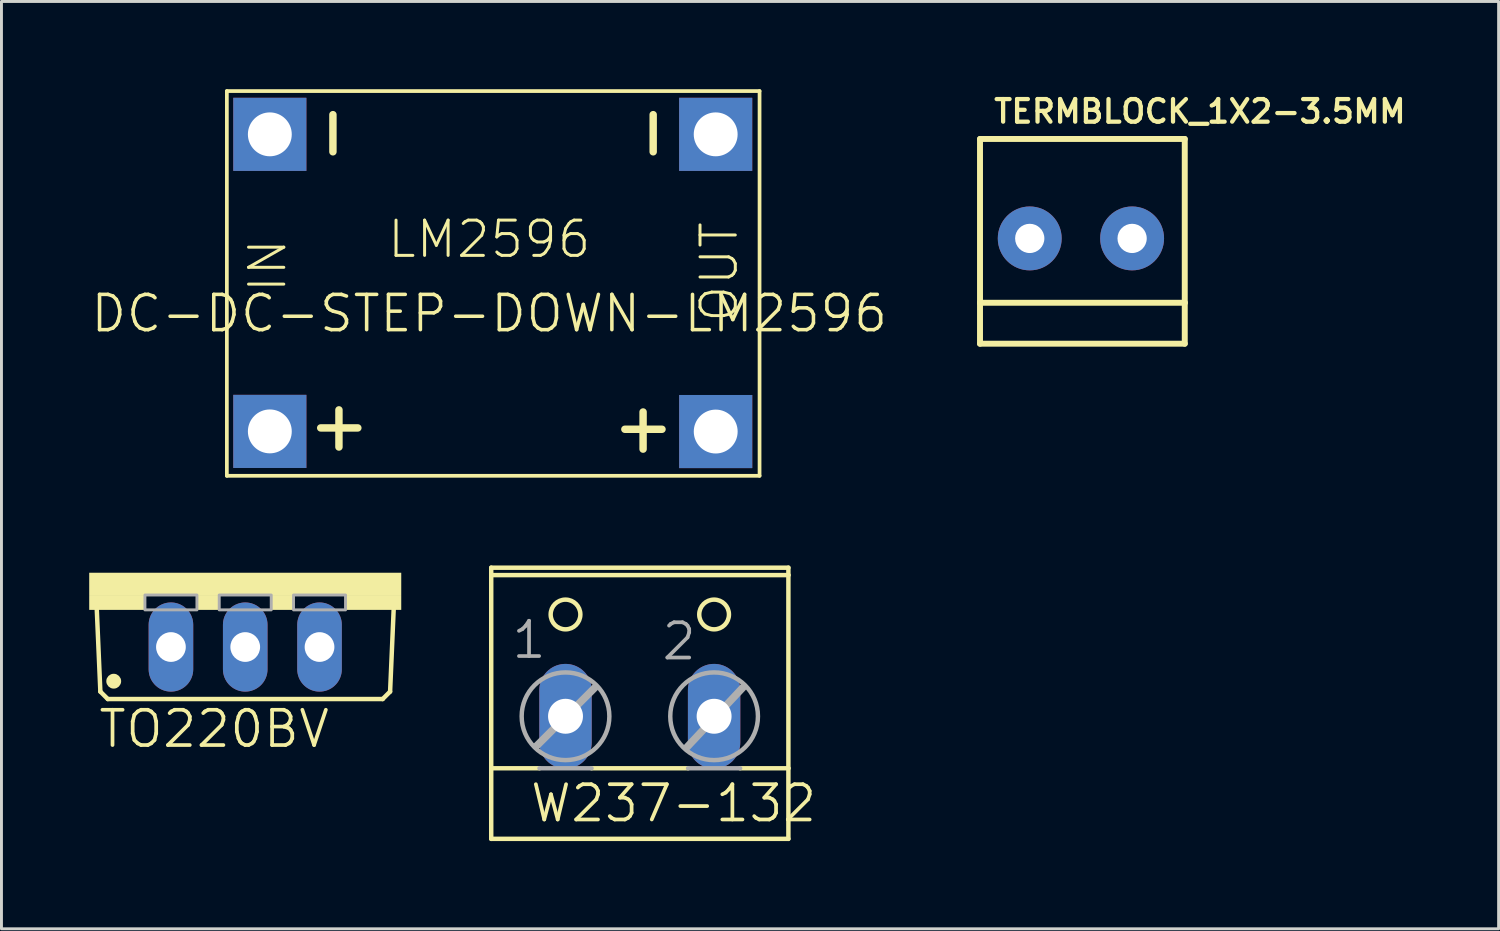
<source format=kicad_pcb>
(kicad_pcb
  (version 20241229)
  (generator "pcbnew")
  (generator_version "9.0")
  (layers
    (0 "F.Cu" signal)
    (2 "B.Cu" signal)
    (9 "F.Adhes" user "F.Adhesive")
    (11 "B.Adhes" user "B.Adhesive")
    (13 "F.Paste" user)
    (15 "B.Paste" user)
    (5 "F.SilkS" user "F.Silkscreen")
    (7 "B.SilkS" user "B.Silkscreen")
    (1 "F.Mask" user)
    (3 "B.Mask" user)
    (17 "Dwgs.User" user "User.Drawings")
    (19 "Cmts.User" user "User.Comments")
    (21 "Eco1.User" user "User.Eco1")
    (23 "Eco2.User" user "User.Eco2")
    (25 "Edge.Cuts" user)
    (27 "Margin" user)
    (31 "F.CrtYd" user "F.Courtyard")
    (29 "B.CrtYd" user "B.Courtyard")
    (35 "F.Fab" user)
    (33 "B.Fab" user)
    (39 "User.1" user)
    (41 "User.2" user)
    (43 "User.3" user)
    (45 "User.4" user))
  (footprint "TERMBLOCK_1X2-3.5MM"
    (layer "F.Cu")
    (at 33.855 5.101)
    (property "Reference" "TERMBLOCK_1X2-3.5MM" (at -3 -3.89 0) (layer "F.SilkS") (effects (font (size 0.772 0.772) (thickness 0.146)) (justify left bottom)))
    (attr through_hole)
    (fp_line (start -3.4 -3.4) (end -3.4 2.2) (stroke (width 0.203) (type solid)) (layer "F.SilkS"))
    (fp_line (start -3.4 2.2) (end -3.4 3.6) (stroke (width 0.203) (type solid)) (layer "F.SilkS"))
    (fp_line (start -3.4 2.2) (end 3.6 2.2) (stroke (width 0.203) (type solid)) (layer "F.SilkS"))
    (fp_line (start -3.4 3.6) (end 3.6 3.6) (stroke (width 0.203) (type solid)) (layer "F.SilkS"))
    (fp_line (start 3.6 -3.4) (end -3.4 -3.4) (stroke (width 0.203) (type solid)) (layer "F.SilkS"))
    (fp_line (start 3.6 2.2) (end 3.6 -3.4) (stroke (width 0.203) (type solid)) (layer "F.SilkS"))
    (fp_line (start 3.6 3.6) (end 3.6 2.2) (stroke (width 0.203) (type solid)) (layer "F.SilkS"))
    (pad "1" thru_hole circle (at 1.8 0) (size 2.184 2.184) (drill 1) (layers "*.Cu" "*.Mask"))
    (pad "2" thru_hole circle (at -1.7 0) (size 2.184 2.184) (drill 1) (layers "*.Cu" "*.Mask")))
  (footprint "W237-132"
    (layer "F.Cu")
    (at 18.824 20.803)
    (property "Reference" "W237-132" (at -3.81 4.318 0) (layer "F.SilkS") (effects (font (size 1.206 1.206) (thickness 0.127)) (justify left bottom)))
    (attr through_hole)
    (fp_line (start -5.08 -4.445) (end 5.08 -4.445) (stroke (width 0.152) (type solid)) (layer "F.SilkS"))
    (fp_line (start -5.08 -4.191) (end -5.08 -4.445) (stroke (width 0.152) (type solid)) (layer "F.SilkS"))
    (fp_line (start -5.08 -4.191) (end -5.08 2.413) (stroke (width 0.152) (type solid)) (layer "F.SilkS"))
    (fp_line (start -5.08 -4.191) (end 5.08 -4.191) (stroke (width 0.152) (type solid)) (layer "F.SilkS"))
    (fp_line (start -5.08 2.413) (end -5.08 4.826) (stroke (width 0.152) (type solid)) (layer "F.SilkS"))
    (fp_line (start -5.08 2.413) (end -3.429 2.413) (stroke (width 0.152) (type solid)) (layer "F.SilkS"))
    (fp_line (start -1.651 2.413) (end 1.651 2.413) (stroke (width 0.152) (type solid)) (layer "F.SilkS"))
    (fp_line (start 3.429 2.413) (end 5.08 2.413) (stroke (width 0.152) (type solid)) (layer "F.SilkS"))
    (fp_line (start 5.08 -4.191) (end 5.08 -4.445) (stroke (width 0.152) (type solid)) (layer "F.SilkS"))
    (fp_line (start 5.08 2.413) (end 5.08 -4.191) (stroke (width 0.152) (type solid)) (layer "F.SilkS"))
    (fp_line (start 5.08 4.826) (end -5.08 4.826) (stroke (width 0.152) (type solid)) (layer "F.SilkS"))
    (fp_line (start 5.08 4.826) (end 5.08 2.413) (stroke (width 0.152) (type solid)) (layer "F.SilkS"))
    (fp_circle (center -2.54 -2.845) (end -2.032 -2.845) (stroke (width 0.152) (type solid)) (fill no) (layer "F.SilkS"))
    (fp_circle (center 2.54 -2.845) (end 3.048 -2.845) (stroke (width 0.152) (type solid)) (fill no) (layer "F.SilkS"))
    (fp_line (start -3.531 1.651) (end -1.524 -0.356) (stroke (width 0.254) (type solid)) (layer "F.Fab"))
    (fp_line (start -3.429 2.413) (end -1.651 2.413) (stroke (width 0.152) (type solid)) (layer "F.Fab"))
    (fp_line (start 1.626 1.676) (end 3.531 -0.356) (stroke (width 0.254) (type solid)) (layer "F.Fab"))
    (fp_line (start 1.651 2.413) (end 3.429 2.413) (stroke (width 0.152) (type solid)) (layer "F.Fab"))
    (fp_circle (center -2.54 0.635) (end -1.041 0.635) (stroke (width 0.152) (type solid)) (fill no) (layer "F.Fab"))
    (fp_circle (center 2.54 0.635) (end 4.039 0.635) (stroke (width 0.152) (type solid)) (fill no) (layer "F.Fab"))
    (fp_text user "2" (at 0.686 -1.219 0) (layer "F.Fab") (effects (font (size 1.206 1.206) (thickness 0.127)) (justify left bottom)))
    (fp_text user "1" (at -4.445 -1.27 0) (layer "F.Fab") (effects (font (size 1.206 1.206) (thickness 0.127)) (justify left bottom)))
    (pad "1" thru_hole oval (at -2.54 0.635 90) (size 3.581 1.791) (drill 1.194) (layers "*.Cu" "*.Mask"))
    (pad "2" thru_hole oval (at 2.54 0.635 90) (size 3.581 1.791) (drill 1.194) (layers "*.Cu" "*.Mask")))
  (footprint "TO220BV"
    (layer "F.Cu")
    (at 5.334 16.531)
    (property "Reference" "TO220BV" (at -5.08 6.045 0) (layer "F.SilkS") (effects (font (size 1.206 1.206) (thickness 0.127)) (justify left bottom)))
    (attr through_hole)
    (fp_line (start -4.953 4.064) (end -5.08 1.143) (stroke (width 0.152) (type solid)) (layer "F.SilkS"))
    (fp_line (start -4.953 4.064) (end -4.699 4.318) (stroke (width 0.152) (type solid)) (layer "F.SilkS"))
    (fp_line (start 4.699 4.318) (end -4.699 4.318) (stroke (width 0.152) (type solid)) (layer "F.SilkS"))
    (fp_line (start 4.699 4.318) (end 4.953 4.064) (stroke (width 0.152) (type solid)) (layer "F.SilkS"))
    (fp_line (start 5.08 1.143) (end 4.953 4.064) (stroke (width 0.152) (type solid)) (layer "F.SilkS"))
    (fp_circle (center -4.496 3.708) (end -4.369 3.708) (stroke (width 0.254) (type solid)) (fill no) (layer "F.SilkS"))
    (fp_poly (pts (xy -5.334 0.762) (xy 5.334 0.762) (xy 5.334 0) (xy -5.334 0)) (stroke (width 0) (type solid)) (fill yes) (layer "F.SilkS"))
    (fp_poly (pts (xy -5.334 1.27) (xy -3.429 1.27) (xy -3.429 0.762) (xy -5.334 0.762)) (stroke (width 0) (type solid)) (fill yes) (layer "F.SilkS"))
    (fp_poly (pts (xy -1.651 1.27) (xy -0.889 1.27) (xy -0.889 0.762) (xy -1.651 0.762)) (stroke (width 0) (type solid)) (fill yes) (layer "F.SilkS"))
    (fp_poly (pts (xy 0.889 1.27) (xy 1.651 1.27) (xy 1.651 0.762) (xy 0.889 0.762)) (stroke (width 0) (type solid)) (fill yes) (layer "F.SilkS"))
    (fp_poly (pts (xy 3.429 1.27) (xy 5.334 1.27) (xy 5.334 0.762) (xy 3.429 0.762)) (stroke (width 0) (type solid)) (fill yes) (layer "F.SilkS"))
    (fp_poly (pts (xy -3.429 1.27) (xy -1.651 1.27) (xy -1.651 0.762) (xy -3.429 0.762)) (stroke (width 0.1) (type solid)) (fill no) (layer "F.Fab"))
    (fp_poly (pts (xy -0.889 1.27) (xy 0.889 1.27) (xy 0.889 0.762) (xy -0.889 0.762)) (stroke (width 0.1) (type solid)) (fill no) (layer "F.Fab"))
    (fp_poly (pts (xy 1.651 1.27) (xy 3.429 1.27) (xy 3.429 0.762) (xy 1.651 0.762)) (stroke (width 0.1) (type solid)) (fill no) (layer "F.Fab"))
    (pad "D" thru_hole oval (at 0 2.54 90) (size 3.048 1.524) (drill 1.016) (layers "*.Cu" "*.Mask"))
    (pad "G" thru_hole oval (at -2.54 2.54 90) (size 3.048 1.524) (drill 1.016) (layers "*.Cu" "*.Mask"))
    (pad "S" thru_hole oval (at 2.54 2.54 90) (size 3.048 1.524) (drill 1.016) (layers "*.Cu" "*.Mask")))
  (footprint "DC-DC-STEP-DOWN-LM2596"
    (layer "F.Cu")
    (at 4.787 12.184)
    (property "Reference" "DC-DC-STEP-DOWN-LM2596" (at 8.89 -3.81 180) (layer "F.SilkS") (effects (font (size 1.206 1.206) (thickness 0.121)) (justify bottom)))
    (attr through_hole)
    (fp_line (start -0.081 -12.121) (end -0.081 1.033) (stroke (width 0.127) (type solid)) (layer "F.SilkS"))
    (fp_line (start -0.081 1.033) (end 18.131 1.033) (stroke (width 0.127) (type solid)) (layer "F.SilkS"))
    (fp_line (start 3.127 -0.604) (end 4.397 -0.604) (stroke (width 0.254) (type solid)) (layer "F.SilkS"))
    (fp_line (start 3.545 -11.314) (end 3.545 -10.044) (stroke (width 0.254) (type solid)) (layer "F.SilkS"))
    (fp_line (start 3.751 0.049) (end 3.751 -1.221) (stroke (width 0.254) (type solid)) (layer "F.SilkS"))
    (fp_line (start 13.526 -0.558) (end 14.796 -0.558) (stroke (width 0.254) (type solid)) (layer "F.SilkS"))
    (fp_line (start 14.149 0.121) (end 14.149 -1.149) (stroke (width 0.254) (type solid)) (layer "F.SilkS"))
    (fp_line (start 14.494 -11.314) (end 14.494 -10.044) (stroke (width 0.254) (type solid)) (layer "F.SilkS"))
    (fp_line (start 18.131 -12.121) (end -0.081 -12.121) (stroke (width 0.127) (type solid)) (layer "F.SilkS"))
    (fp_line (start 18.131 1.033) (end 18.131 -12.121) (stroke (width 0.127) (type solid)) (layer "F.SilkS"))
    (fp_text user "IN" (at 1.313 -6.152 90) (layer "F.SilkS") (effects (font (size 1.206 1.206) (thickness 0.102))))
    (fp_text user "LM2596" (at 8.89 -6.35 0) (layer "F.SilkS") (effects (font (size 1.206 1.206) (thickness 0.102)) (justify bottom)))
    (fp_text user "OUT" (at 16.749 -5.937 90) (layer "F.SilkS") (effects (font (size 1.206 1.206) (thickness 0.102))))
    (pad "IN+" thru_hole rect (at 1.388 -0.485) (size 2.5 2.5) (drill 1.5) (layers "*.Cu" "*.Mask"))
    (pad "IN-" thru_hole rect (at 1.388 -10.641) (size 2.5 2.5) (drill 1.5) (layers "*.Cu" "*.Mask"))
    (pad "OUT+" thru_hole rect (at 16.632 -0.48) (size 2.5 2.5) (drill 1.5) (layers "*.Cu" "*.Mask"))
    (pad "OUT-" thru_hole rect (at 16.631 -10.641) (size 2.5 2.5) (drill 1.5) (layers "*.Cu" "*.Mask")))
  (gr_rect
    (start -3 -3)
    (end 48.185 28.705)
    (stroke (width 0.1) (type default))
    (fill no)
    (layer "Edge.Cuts")))
</source>
